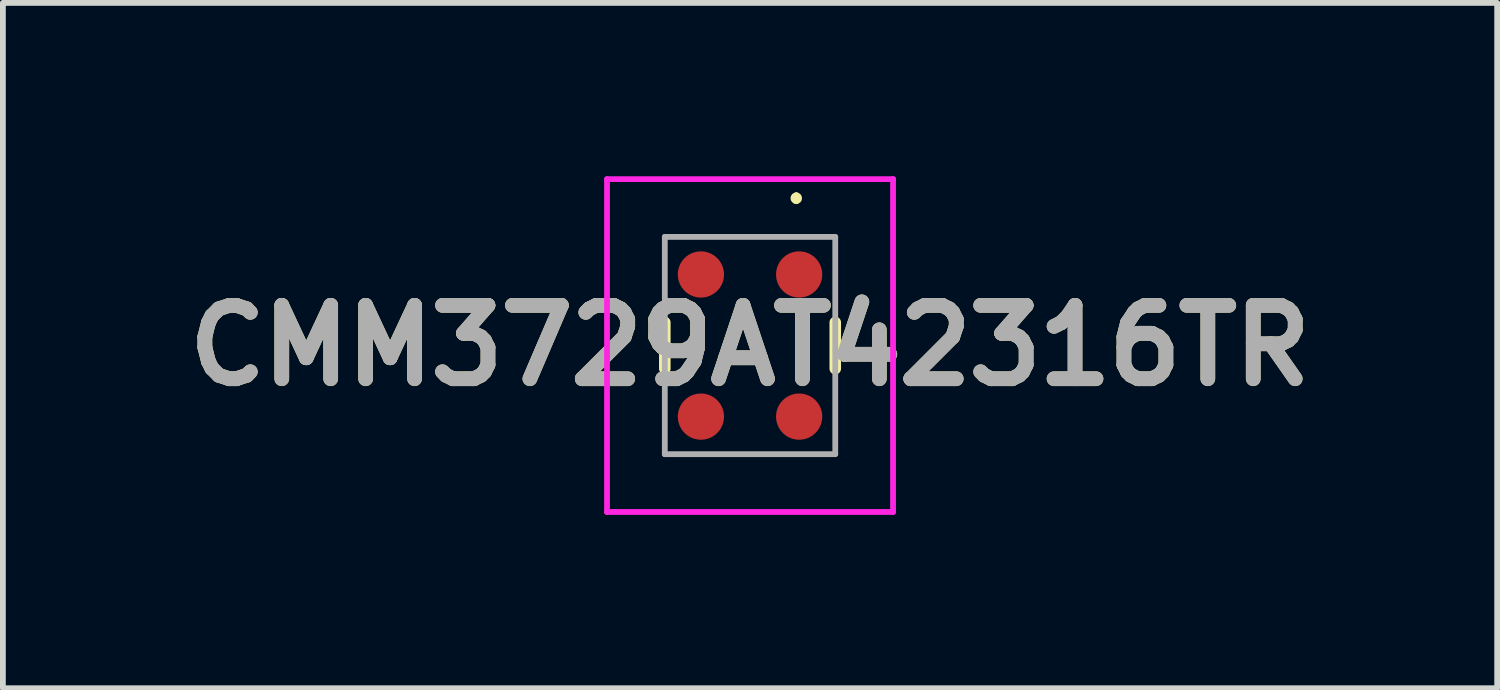
<source format=kicad_pcb>
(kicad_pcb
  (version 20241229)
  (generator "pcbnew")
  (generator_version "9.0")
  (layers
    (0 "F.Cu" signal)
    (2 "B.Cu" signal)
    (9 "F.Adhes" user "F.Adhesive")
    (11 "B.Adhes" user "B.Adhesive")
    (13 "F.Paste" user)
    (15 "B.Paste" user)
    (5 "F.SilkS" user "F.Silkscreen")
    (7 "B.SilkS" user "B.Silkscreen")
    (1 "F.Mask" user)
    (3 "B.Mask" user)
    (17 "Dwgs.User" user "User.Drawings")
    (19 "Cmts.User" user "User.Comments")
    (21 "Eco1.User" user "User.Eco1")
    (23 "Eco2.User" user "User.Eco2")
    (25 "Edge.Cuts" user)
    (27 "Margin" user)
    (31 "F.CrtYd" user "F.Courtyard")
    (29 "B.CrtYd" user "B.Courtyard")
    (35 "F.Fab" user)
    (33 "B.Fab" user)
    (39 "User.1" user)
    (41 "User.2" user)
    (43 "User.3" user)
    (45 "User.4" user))
  (footprint "CMM3729AT42316TR"
    (layer "F.Cu")
    (at 9.93 2.93)
    (property "Reference" "CMM3729AT42316TR" (at 0 0 0) (layer "F.SilkS") (effects (font (size 1.27 1.27) (thickness 0.254))))
    (attr smd)
    (fp_line (start -1.475 -0.4) (end -1.475 0.4) (stroke (width 0.2) (type solid)) (layer "F.SilkS"))
    (fp_line (start 0.8 -2.6) (end 0.8 -2.6) (stroke (width 0.1) (type solid)) (layer "F.SilkS"))
    (fp_line (start 0.8 -2.5) (end 0.8 -2.5) (stroke (width 0.1) (type solid)) (layer "F.SilkS"))
    (fp_line (start 1.475 -0.4) (end 1.475 0.4) (stroke (width 0.2) (type solid)) (layer "F.SilkS"))
    (fp_arc (start 0.8 -2.6) (mid 0.85 -2.55) (end 0.8 -2.5) (stroke (width 0.1) (type solid)) (layer "F.SilkS"))
    (fp_arc (start 0.8 -2.5) (mid 0.75 -2.55) (end 0.8 -2.6) (stroke (width 0.1) (type solid)) (layer "F.SilkS"))
    (fp_line (start -2.475 -2.88) (end 2.475 -2.88) (stroke (width 0.1) (type solid)) (layer "F.CrtYd"))
    (fp_line (start -2.475 2.88) (end -2.475 -2.88) (stroke (width 0.1) (type solid)) (layer "F.CrtYd"))
    (fp_line (start 2.475 -2.88) (end 2.475 2.88) (stroke (width 0.1) (type solid)) (layer "F.CrtYd"))
    (fp_line (start 2.475 2.88) (end -2.475 2.88) (stroke (width 0.1) (type solid)) (layer "F.CrtYd"))
    (fp_line (start -1.475 -1.88) (end 1.475 -1.88) (stroke (width 0.1) (type solid)) (layer "F.Fab"))
    (fp_line (start -1.475 1.88) (end -1.475 -1.88) (stroke (width 0.1) (type solid)) (layer "F.Fab"))
    (fp_line (start 1.475 -1.88) (end 1.475 1.88) (stroke (width 0.1) (type solid)) (layer "F.Fab"))
    (fp_line (start 1.475 1.88) (end -1.475 1.88) (stroke (width 0.1) (type solid)) (layer "F.Fab"))
    (fp_text user "${REFERENCE}" (at 0 0 0) (layer "F.Fab") (effects (font (size 1.27 1.27) (thickness 0.254))))
    (pad "1" smd circle (at 0.85 -1.23 90) (size 0.8 0.8) (layers "F.Cu" "F.Mask" "F.Paste"))
    (pad "2" smd circle (at 0.85 1.23 90) (size 0.8 0.8) (layers "F.Cu" "F.Mask" "F.Paste"))
    (pad "3" smd circle (at -0.85 1.23 90) (size 0.8 0.8) (layers "F.Cu" "F.Mask" "F.Paste"))
    (pad "4" smd circle (at -0.85 -1.23 90) (size 0.8 0.8) (layers "F.Cu" "F.Mask" "F.Paste")))
  (gr_rect
    (start -3 -3)
    (end 22.86 8.86)
    (stroke (width 0.1) (type default))
    (fill no)
    (layer "Edge.Cuts")))
</source>
